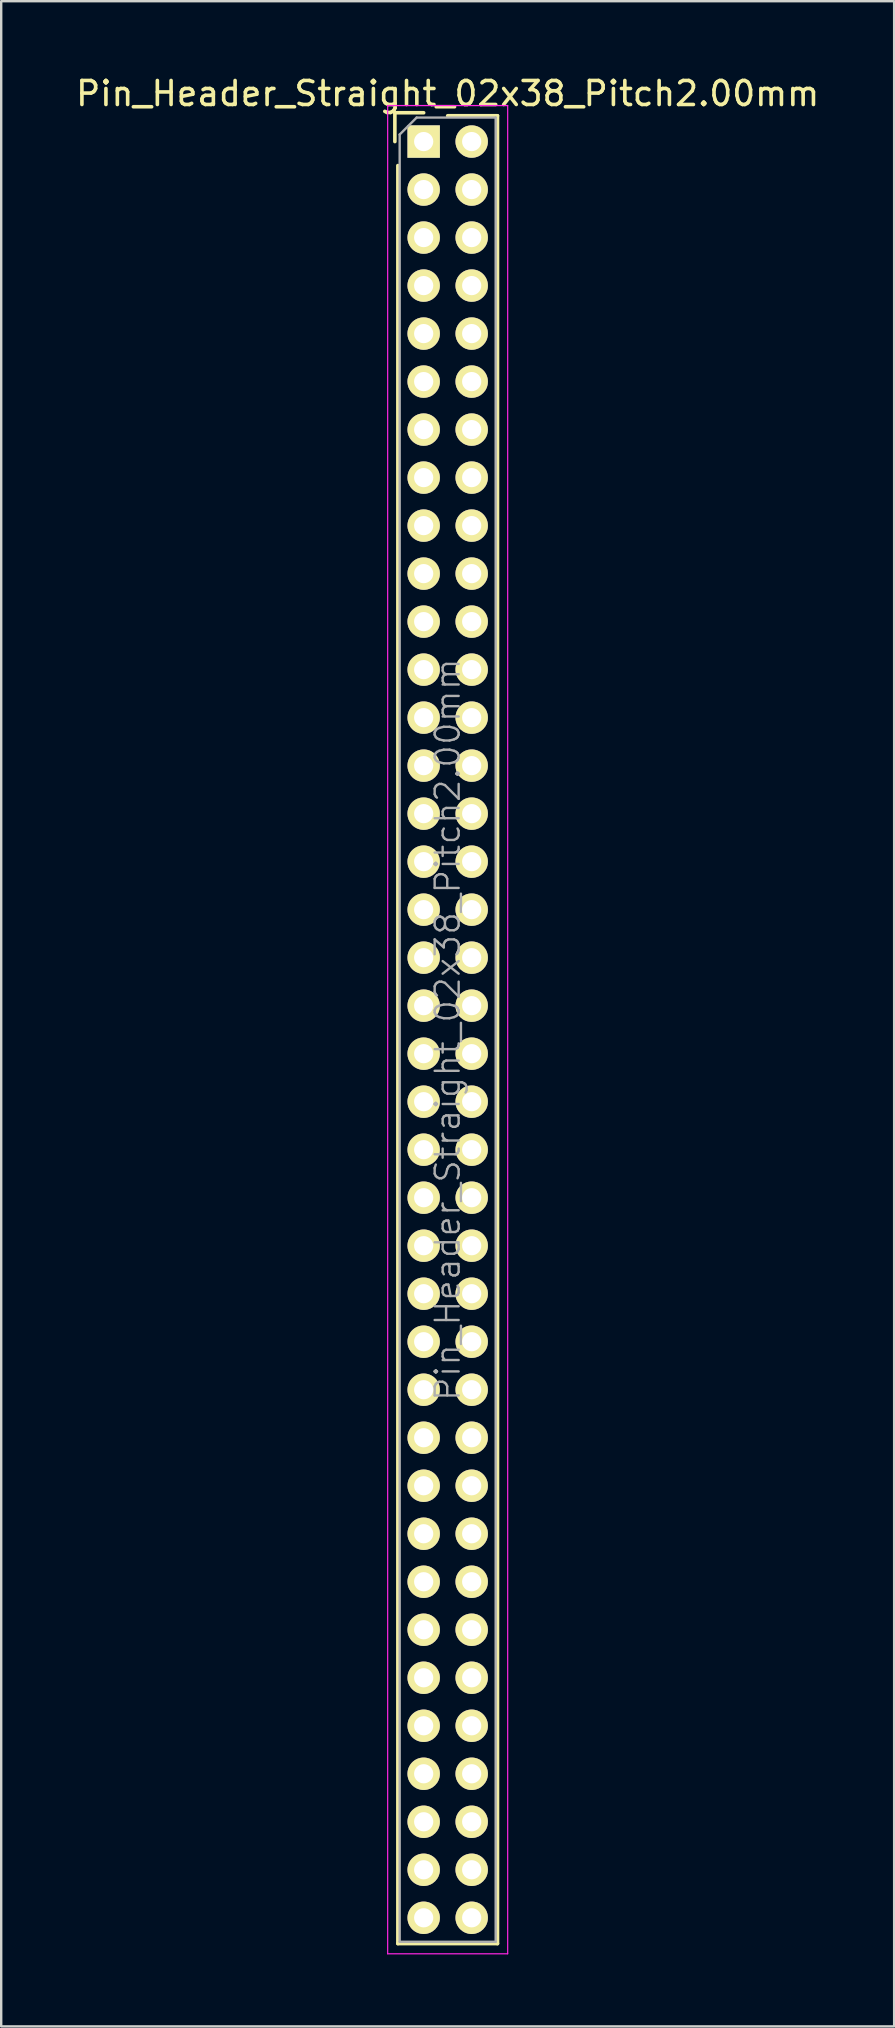
<source format=kicad_pcb>
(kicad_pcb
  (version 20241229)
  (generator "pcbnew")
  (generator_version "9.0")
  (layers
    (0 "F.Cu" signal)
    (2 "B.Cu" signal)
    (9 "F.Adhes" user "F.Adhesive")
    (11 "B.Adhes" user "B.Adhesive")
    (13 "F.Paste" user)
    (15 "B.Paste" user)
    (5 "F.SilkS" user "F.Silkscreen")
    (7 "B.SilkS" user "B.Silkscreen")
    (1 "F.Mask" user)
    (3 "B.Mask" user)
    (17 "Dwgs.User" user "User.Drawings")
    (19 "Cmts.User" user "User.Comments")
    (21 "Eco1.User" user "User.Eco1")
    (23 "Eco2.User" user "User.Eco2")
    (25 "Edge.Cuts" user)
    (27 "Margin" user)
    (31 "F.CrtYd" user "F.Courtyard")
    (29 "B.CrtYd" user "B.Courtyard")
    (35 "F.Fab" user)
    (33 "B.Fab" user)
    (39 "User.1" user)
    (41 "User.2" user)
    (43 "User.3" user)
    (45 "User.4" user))
  (footprint "Pin_Header_Straight_02x38_Pitch2.00mm"
    (layer "F.Cu")
    (at 14.601 2.848)
    (property "Reference" "Pin_Header_Straight_02x38_Pitch2.00mm" (at 1 -2 0) (layer "F.SilkS") (effects (font (size 1 1) (thickness 0.15))))
    (attr smd)
    (fp_line (start -1.2 -1.2) (end -1.2 0) (stroke (width 0.15) (type solid)) (layer "F.SilkS"))
    (fp_line (start -1.2 -1.2) (end 0 -1.2) (stroke (width 0.15) (type solid)) (layer "F.SilkS"))
    (fp_line (start -1.075 1) (end -1.075 75.075) (stroke (width 0.15) (type solid)) (layer "F.SilkS"))
    (fp_line (start -1.075 75.075) (end 3.075 75.075) (stroke (width 0.15) (type solid)) (layer "F.SilkS"))
    (fp_line (start 1 -1.075) (end 3.075 -1.075) (stroke (width 0.15) (type solid)) (layer "F.SilkS"))
    (fp_line (start 3.075 -1.075) (end 3.075 75.075) (stroke (width 0.15) (type solid)) (layer "F.SilkS"))
    (fp_line (start -1.5 -1.5) (end -1.5 75.5) (stroke (width 0.05) (type solid)) (layer "F.CrtYd"))
    (fp_line (start 3.5 -1.5) (end -1.5 -1.5) (stroke (width 0.05) (type solid)) (layer "F.CrtYd"))
    (fp_line (start 3.5 -1.5) (end 3.5 75.5) (stroke (width 0.05) (type solid)) (layer "F.CrtYd"))
    (fp_line (start 3.5 75.5) (end -1.5 75.5) (stroke (width 0.05) (type solid)) (layer "F.CrtYd"))
    (fp_line (start -1 -0.293) (end -0.293 -1) (stroke (width 0.1) (type solid)) (layer "F.Fab"))
    (fp_line (start -1 75) (end -1 -0.293) (stroke (width 0.1) (type solid)) (layer "F.Fab"))
    (fp_line (start 3 -1) (end -0.293 -1) (stroke (width 0.1) (type solid)) (layer "F.Fab"))
    (fp_line (start 3 75) (end -1 75) (stroke (width 0.1) (type solid)) (layer "F.Fab"))
    (fp_line (start 3 75) (end 3 -1) (stroke (width 0.1) (type solid)) (layer "F.Fab"))
    (fp_text user "${REFERENCE}" (at 1 37 90) (layer "F.Fab") (effects (font (size 1 1) (thickness 0.1))))
    (pad "1" thru_hole rect (at 0 0) (size 1.35 1.35) (drill 0.8) (layers "*.Cu" "*.Mask" "F.SilkS"))
    (pad "2" thru_hole oval (at 2 0) (size 1.35 1.35) (drill 0.8) (layers "*.Cu" "*.Mask" "F.SilkS"))
    (pad "3" thru_hole oval (at 0 2) (size 1.35 1.35) (drill 0.8) (layers "*.Cu" "*.Mask" "F.SilkS"))
    (pad "4" thru_hole oval (at 2 2) (size 1.35 1.35) (drill 0.8) (layers "*.Cu" "*.Mask" "F.SilkS"))
    (pad "5" thru_hole oval (at 0 4) (size 1.35 1.35) (drill 0.8) (layers "*.Cu" "*.Mask" "F.SilkS"))
    (pad "6" thru_hole oval (at 2 4) (size 1.35 1.35) (drill 0.8) (layers "*.Cu" "*.Mask" "F.SilkS"))
    (pad "7" thru_hole oval (at 0 6) (size 1.35 1.35) (drill 0.8) (layers "*.Cu" "*.Mask" "F.SilkS"))
    (pad "8" thru_hole oval (at 2 6) (size 1.35 1.35) (drill 0.8) (layers "*.Cu" "*.Mask" "F.SilkS"))
    (pad "9" thru_hole oval (at 0 8) (size 1.35 1.35) (drill 0.8) (layers "*.Cu" "*.Mask" "F.SilkS"))
    (pad "10" thru_hole oval (at 2 8) (size 1.35 1.35) (drill 0.8) (layers "*.Cu" "*.Mask" "F.SilkS"))
    (pad "11" thru_hole oval (at 0 10) (size 1.35 1.35) (drill 0.8) (layers "*.Cu" "*.Mask" "F.SilkS"))
    (pad "12" thru_hole oval (at 2 10) (size 1.35 1.35) (drill 0.8) (layers "*.Cu" "*.Mask" "F.SilkS"))
    (pad "13" thru_hole oval (at 0 12) (size 1.35 1.35) (drill 0.8) (layers "*.Cu" "*.Mask" "F.SilkS"))
    (pad "14" thru_hole oval (at 2 12) (size 1.35 1.35) (drill 0.8) (layers "*.Cu" "*.Mask" "F.SilkS"))
    (pad "15" thru_hole oval (at 0 14) (size 1.35 1.35) (drill 0.8) (layers "*.Cu" "*.Mask" "F.SilkS"))
    (pad "16" thru_hole oval (at 2 14) (size 1.35 1.35) (drill 0.8) (layers "*.Cu" "*.Mask" "F.SilkS"))
    (pad "17" thru_hole oval (at 0 16) (size 1.35 1.35) (drill 0.8) (layers "*.Cu" "*.Mask" "F.SilkS"))
    (pad "18" thru_hole oval (at 2 16) (size 1.35 1.35) (drill 0.8) (layers "*.Cu" "*.Mask" "F.SilkS"))
    (pad "19" thru_hole oval (at 0 18) (size 1.35 1.35) (drill 0.8) (layers "*.Cu" "*.Mask" "F.SilkS"))
    (pad "20" thru_hole oval (at 2 18) (size 1.35 1.35) (drill 0.8) (layers "*.Cu" "*.Mask" "F.SilkS"))
    (pad "21" thru_hole oval (at 0 20) (size 1.35 1.35) (drill 0.8) (layers "*.Cu" "*.Mask" "F.SilkS"))
    (pad "22" thru_hole oval (at 2 20) (size 1.35 1.35) (drill 0.8) (layers "*.Cu" "*.Mask" "F.SilkS"))
    (pad "23" thru_hole oval (at 0 22) (size 1.35 1.35) (drill 0.8) (layers "*.Cu" "*.Mask" "F.SilkS"))
    (pad "24" thru_hole oval (at 2 22) (size 1.35 1.35) (drill 0.8) (layers "*.Cu" "*.Mask" "F.SilkS"))
    (pad "25" thru_hole oval (at 0 24) (size 1.35 1.35) (drill 0.8) (layers "*.Cu" "*.Mask" "F.SilkS"))
    (pad "26" thru_hole oval (at 2 24) (size 1.35 1.35) (drill 0.8) (layers "*.Cu" "*.Mask" "F.SilkS"))
    (pad "27" thru_hole oval (at 0 26) (size 1.35 1.35) (drill 0.8) (layers "*.Cu" "*.Mask" "F.SilkS"))
    (pad "28" thru_hole oval (at 2 26) (size 1.35 1.35) (drill 0.8) (layers "*.Cu" "*.Mask" "F.SilkS"))
    (pad "29" thru_hole oval (at 0 28) (size 1.35 1.35) (drill 0.8) (layers "*.Cu" "*.Mask" "F.SilkS"))
    (pad "30" thru_hole oval (at 2 28) (size 1.35 1.35) (drill 0.8) (layers "*.Cu" "*.Mask" "F.SilkS"))
    (pad "31" thru_hole oval (at 0 30) (size 1.35 1.35) (drill 0.8) (layers "*.Cu" "*.Mask" "F.SilkS"))
    (pad "32" thru_hole oval (at 2 30) (size 1.35 1.35) (drill 0.8) (layers "*.Cu" "*.Mask" "F.SilkS"))
    (pad "33" thru_hole oval (at 0 32) (size 1.35 1.35) (drill 0.8) (layers "*.Cu" "*.Mask" "F.SilkS"))
    (pad "34" thru_hole oval (at 2 32) (size 1.35 1.35) (drill 0.8) (layers "*.Cu" "*.Mask" "F.SilkS"))
    (pad "35" thru_hole oval (at 0 34) (size 1.35 1.35) (drill 0.8) (layers "*.Cu" "*.Mask" "F.SilkS"))
    (pad "36" thru_hole oval (at 2 34) (size 1.35 1.35) (drill 0.8) (layers "*.Cu" "*.Mask" "F.SilkS"))
    (pad "37" thru_hole oval (at 0 36) (size 1.35 1.35) (drill 0.8) (layers "*.Cu" "*.Mask" "F.SilkS"))
    (pad "38" thru_hole oval (at 2 36) (size 1.35 1.35) (drill 0.8) (layers "*.Cu" "*.Mask" "F.SilkS"))
    (pad "39" thru_hole oval (at 0 38) (size 1.35 1.35) (drill 0.8) (layers "*.Cu" "*.Mask" "F.SilkS"))
    (pad "40" thru_hole oval (at 2 38) (size 1.35 1.35) (drill 0.8) (layers "*.Cu" "*.Mask" "F.SilkS"))
    (pad "41" thru_hole oval (at 0 40) (size 1.35 1.35) (drill 0.8) (layers "*.Cu" "*.Mask" "F.SilkS"))
    (pad "42" thru_hole oval (at 2 40) (size 1.35 1.35) (drill 0.8) (layers "*.Cu" "*.Mask" "F.SilkS"))
    (pad "43" thru_hole oval (at 0 42) (size 1.35 1.35) (drill 0.8) (layers "*.Cu" "*.Mask" "F.SilkS"))
    (pad "44" thru_hole oval (at 2 42) (size 1.35 1.35) (drill 0.8) (layers "*.Cu" "*.Mask" "F.SilkS"))
    (pad "45" thru_hole oval (at 0 44) (size 1.35 1.35) (drill 0.8) (layers "*.Cu" "*.Mask" "F.SilkS"))
    (pad "46" thru_hole oval (at 2 44) (size 1.35 1.35) (drill 0.8) (layers "*.Cu" "*.Mask" "F.SilkS"))
    (pad "47" thru_hole oval (at 0 46) (size 1.35 1.35) (drill 0.8) (layers "*.Cu" "*.Mask" "F.SilkS"))
    (pad "48" thru_hole oval (at 2 46) (size 1.35 1.35) (drill 0.8) (layers "*.Cu" "*.Mask" "F.SilkS"))
    (pad "49" thru_hole oval (at 0 48) (size 1.35 1.35) (drill 0.8) (layers "*.Cu" "*.Mask" "F.SilkS"))
    (pad "50" thru_hole oval (at 2 48) (size 1.35 1.35) (drill 0.8) (layers "*.Cu" "*.Mask" "F.SilkS"))
    (pad "51" thru_hole oval (at 0 50) (size 1.35 1.35) (drill 0.8) (layers "*.Cu" "*.Mask" "F.SilkS"))
    (pad "52" thru_hole oval (at 2 50) (size 1.35 1.35) (drill 0.8) (layers "*.Cu" "*.Mask" "F.SilkS"))
    (pad "53" thru_hole oval (at 0 52) (size 1.35 1.35) (drill 0.8) (layers "*.Cu" "*.Mask" "F.SilkS"))
    (pad "54" thru_hole oval (at 2 52) (size 1.35 1.35) (drill 0.8) (layers "*.Cu" "*.Mask" "F.SilkS"))
    (pad "55" thru_hole oval (at 0 54) (size 1.35 1.35) (drill 0.8) (layers "*.Cu" "*.Mask" "F.SilkS"))
    (pad "56" thru_hole oval (at 2 54) (size 1.35 1.35) (drill 0.8) (layers "*.Cu" "*.Mask" "F.SilkS"))
    (pad "57" thru_hole oval (at 0 56) (size 1.35 1.35) (drill 0.8) (layers "*.Cu" "*.Mask" "F.SilkS"))
    (pad "58" thru_hole oval (at 2 56) (size 1.35 1.35) (drill 0.8) (layers "*.Cu" "*.Mask" "F.SilkS"))
    (pad "59" thru_hole oval (at 0 58) (size 1.35 1.35) (drill 0.8) (layers "*.Cu" "*.Mask" "F.SilkS"))
    (pad "60" thru_hole oval (at 2 58) (size 1.35 1.35) (drill 0.8) (layers "*.Cu" "*.Mask" "F.SilkS"))
    (pad "61" thru_hole oval (at 0 60) (size 1.35 1.35) (drill 0.8) (layers "*.Cu" "*.Mask" "F.SilkS"))
    (pad "62" thru_hole oval (at 2 60) (size 1.35 1.35) (drill 0.8) (layers "*.Cu" "*.Mask" "F.SilkS"))
    (pad "63" thru_hole oval (at 0 62) (size 1.35 1.35) (drill 0.8) (layers "*.Cu" "*.Mask" "F.SilkS"))
    (pad "64" thru_hole oval (at 2 62) (size 1.35 1.35) (drill 0.8) (layers "*.Cu" "*.Mask" "F.SilkS"))
    (pad "65" thru_hole oval (at 0 64) (size 1.35 1.35) (drill 0.8) (layers "*.Cu" "*.Mask" "F.SilkS"))
    (pad "66" thru_hole oval (at 2 64) (size 1.35 1.35) (drill 0.8) (layers "*.Cu" "*.Mask" "F.SilkS"))
    (pad "67" thru_hole oval (at 0 66) (size 1.35 1.35) (drill 0.8) (layers "*.Cu" "*.Mask" "F.SilkS"))
    (pad "68" thru_hole oval (at 2 66) (size 1.35 1.35) (drill 0.8) (layers "*.Cu" "*.Mask" "F.SilkS"))
    (pad "69" thru_hole oval (at 0 68) (size 1.35 1.35) (drill 0.8) (layers "*.Cu" "*.Mask" "F.SilkS"))
    (pad "70" thru_hole oval (at 2 68) (size 1.35 1.35) (drill 0.8) (layers "*.Cu" "*.Mask" "F.SilkS"))
    (pad "71" thru_hole oval (at 0 70) (size 1.35 1.35) (drill 0.8) (layers "*.Cu" "*.Mask" "F.SilkS"))
    (pad "72" thru_hole oval (at 2 70) (size 1.35 1.35) (drill 0.8) (layers "*.Cu" "*.Mask" "F.SilkS"))
    (pad "73" thru_hole oval (at 0 72) (size 1.35 1.35) (drill 0.8) (layers "*.Cu" "*.Mask" "F.SilkS"))
    (pad "74" thru_hole oval (at 2 72) (size 1.35 1.35) (drill 0.8) (layers "*.Cu" "*.Mask" "F.SilkS"))
    (pad "75" thru_hole oval (at 0 74) (size 1.35 1.35) (drill 0.8) (layers "*.Cu" "*.Mask" "F.SilkS"))
    (pad "76" thru_hole oval (at 2 74) (size 1.35 1.35) (drill 0.8) (layers "*.Cu" "*.Mask" "F.SilkS")))
  (gr_rect
    (start -3 -3)
    (end 34.202 81.373)
    (stroke (width 0.1) (type default))
    (fill no)
    (layer "Edge.Cuts")))
</source>
